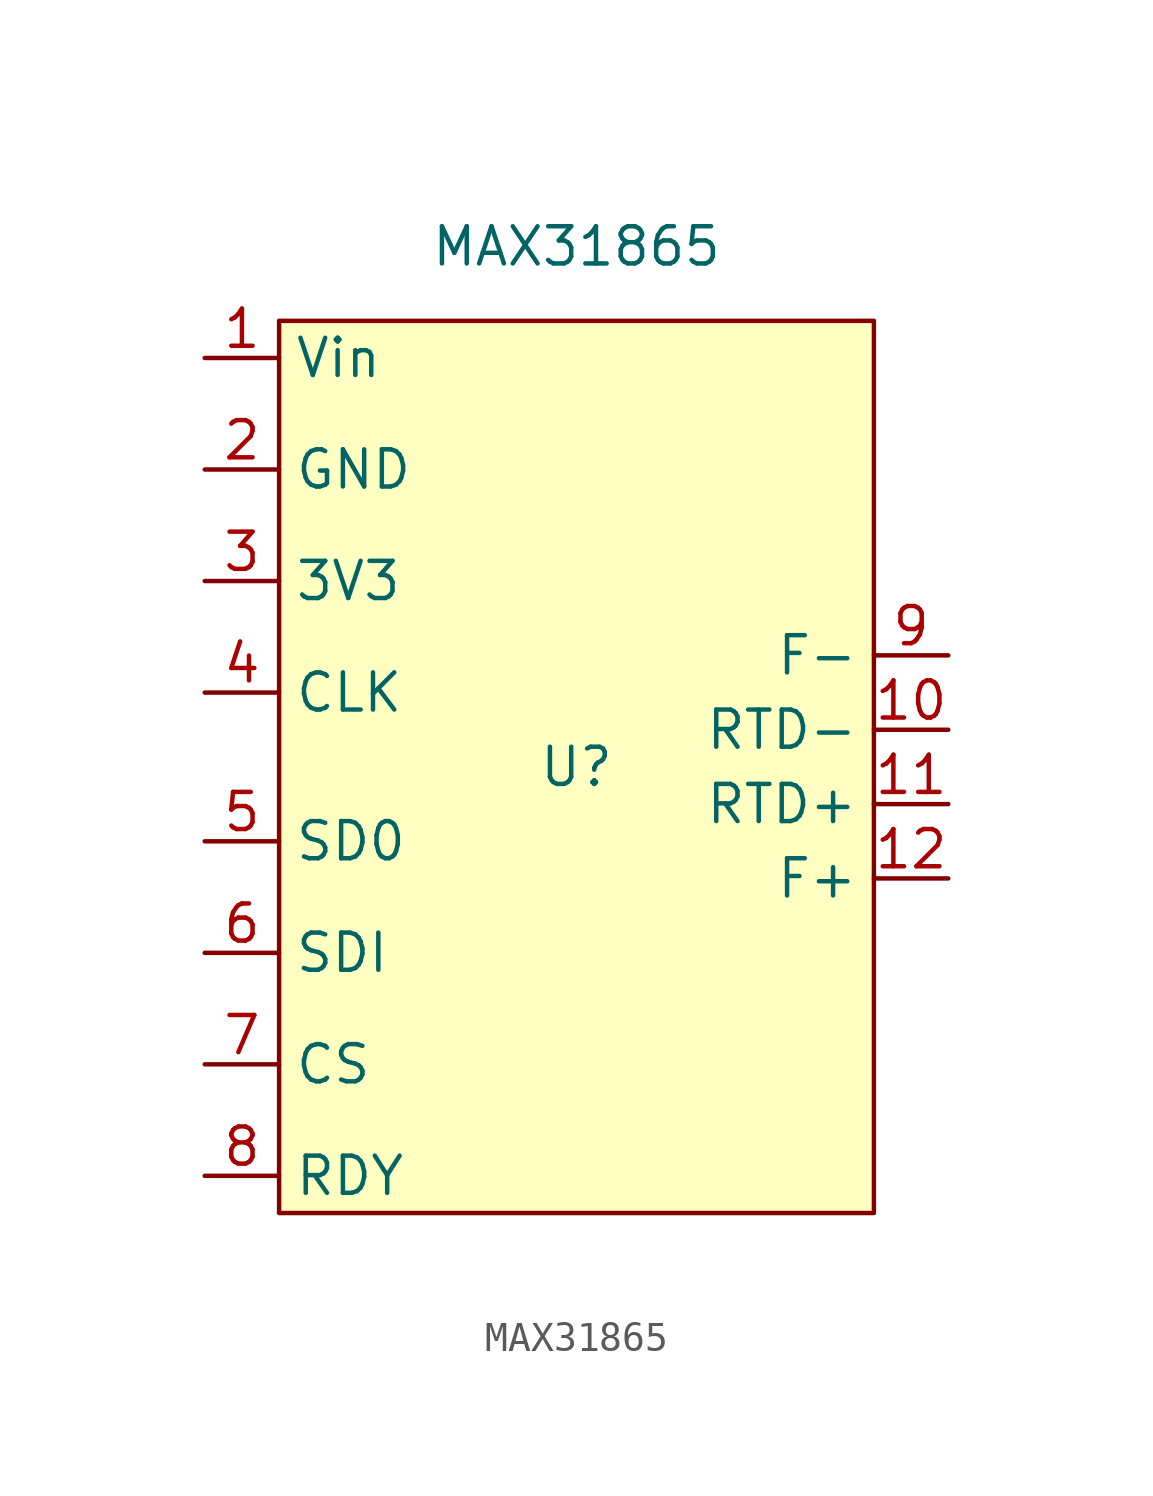
<source format=kicad_sym>
(kicad_symbol_lib
  (version 20211014)
  (generator kicad_symbol_editor)
  (symbol "MAX31865"
    (property "Reference" "U"
      (at 0 0 0)
      (effects (font (size 1.27 1.27))))
    (property "Value" "MAX31865"
      (at 0 17.78 0)
      (effects (font (size 1.27 1.27))))
    (symbol "MAX31865_0_1"
      (rectangle (start -10.16 15.24) (end 10.16 -15.24) (stroke (width 0) (type default) (color 0 0 0 0)) (fill (type background))))
    (symbol "MAX31865_1_1"
      (pin input line (at -12.7 13.97 0) (length 2.54) (name "Vin" (effects (font (size 1.27 1.27)))) (number "1" (effects (font (size 1.27 1.27)))))
      (pin input line (at 12.7 1.27 180) (length 2.54) (name "RTD-" (effects (font (size 1.27 1.27)))) (number "10" (effects (font (size 1.27 1.27)))))
      (pin input line (at 12.7 -1.27 180) (length 2.54) (name "RTD+" (effects (font (size 1.27 1.27)))) (number "11" (effects (font (size 1.27 1.27)))))
      (pin input line (at 12.7 -3.81 180) (length 2.54) (name "F+" (effects (font (size 1.27 1.27)))) (number "12" (effects (font (size 1.27 1.27)))))
      (pin input line (at -12.7 10.16 0) (length 2.54) (name "GND" (effects (font (size 1.27 1.27)))) (number "2" (effects (font (size 1.27 1.27)))))
      (pin output line (at -12.7 6.35 0) (length 2.54) (name "3V3" (effects (font (size 1.27 1.27)))) (number "3" (effects (font (size 1.27 1.27)))))
      (pin input line (at -12.7 2.54 0) (length 2.54) (name "CLK" (effects (font (size 1.27 1.27)))) (number "4" (effects (font (size 1.27 1.27)))))
      (pin input line (at -12.7 -2.54 0) (length 2.54) (name "SD0" (effects (font (size 1.27 1.27)))) (number "5" (effects (font (size 1.27 1.27)))))
      (pin input line (at -12.7 -6.35 0) (length 2.54) (name "SDI" (effects (font (size 1.27 1.27)))) (number "6" (effects (font (size 1.27 1.27)))))
      (pin input line (at -12.7 -10.16 0) (length 2.54) (name "CS" (effects (font (size 1.27 1.27)))) (number "7" (effects (font (size 1.27 1.27)))))
      (pin input line (at -12.7 -13.97 0) (length 2.54) (name "RDY" (effects (font (size 1.27 1.27)))) (number "8" (effects (font (size 1.27 1.27)))))
      (pin input line (at 12.7 3.81 180) (length 2.54) (name "F-" (effects (font (size 1.27 1.27)))) (number "9" (effects (font (size 1.27 1.27))))))))
</source>
